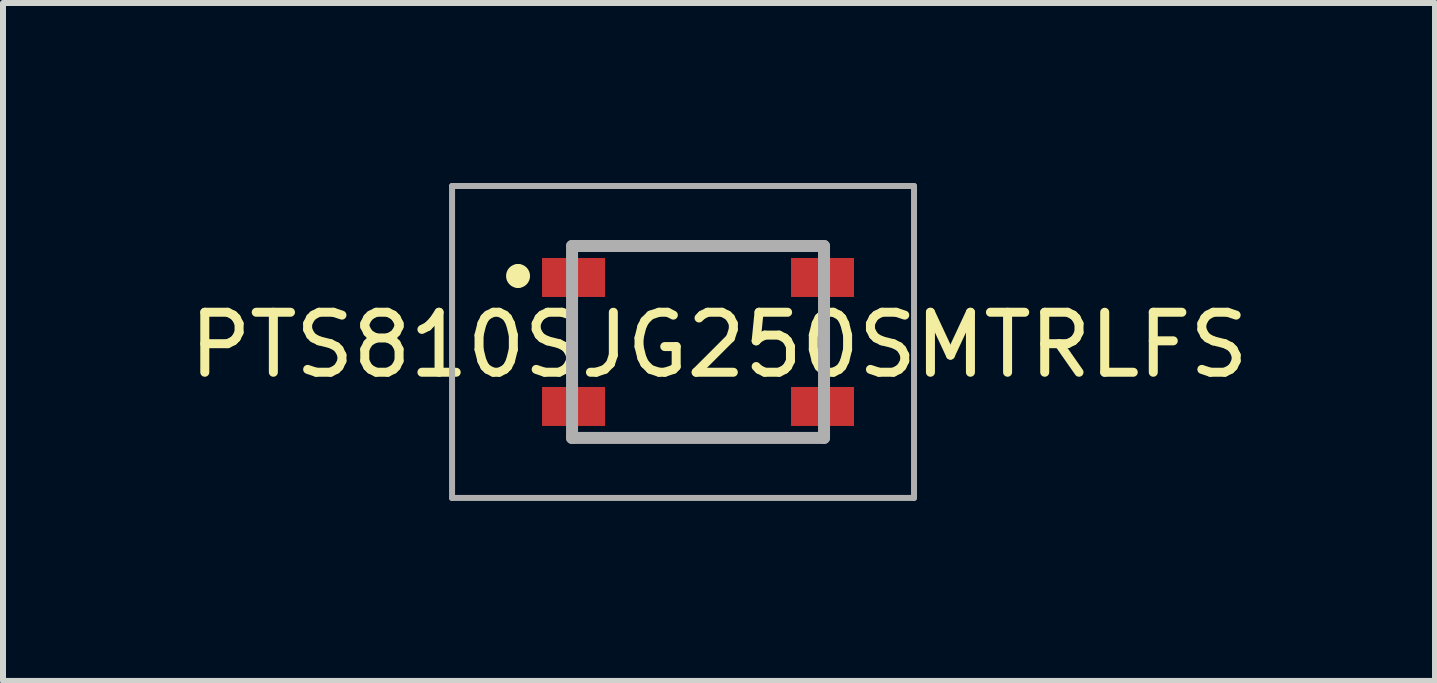
<source format=kicad_pcb>
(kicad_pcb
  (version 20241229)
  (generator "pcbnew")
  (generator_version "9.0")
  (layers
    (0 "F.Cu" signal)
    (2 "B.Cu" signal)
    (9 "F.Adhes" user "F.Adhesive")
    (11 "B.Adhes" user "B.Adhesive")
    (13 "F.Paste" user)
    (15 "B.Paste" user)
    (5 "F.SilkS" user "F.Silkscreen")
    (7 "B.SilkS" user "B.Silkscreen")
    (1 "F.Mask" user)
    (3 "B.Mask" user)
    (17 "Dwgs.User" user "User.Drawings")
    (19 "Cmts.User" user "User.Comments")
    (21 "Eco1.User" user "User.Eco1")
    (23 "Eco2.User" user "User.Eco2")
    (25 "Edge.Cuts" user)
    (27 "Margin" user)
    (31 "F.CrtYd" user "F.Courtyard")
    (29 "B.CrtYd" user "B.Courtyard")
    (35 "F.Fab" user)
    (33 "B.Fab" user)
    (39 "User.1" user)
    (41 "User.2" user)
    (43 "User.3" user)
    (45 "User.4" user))
  (footprint "PTS810SJG250SMTRLFS"
    (layer "F.Cu")
    (at 8.585 2.65)
    (property "Reference" "PTS810SJG250SMTRLFS" (at 0.35 0.05 0) (layer "F.SilkS") (effects (font (size 1 1) (thickness 0.15))))
    (attr smd)
    (fp_line (start -2.1 -1.6) (end 2.075 -1.6) (stroke (width 0.1) (type solid)) (layer "F.SilkS"))
    (fp_line (start -2.1 1.6) (end 2.075 1.6) (stroke (width 0.1) (type solid)) (layer "F.SilkS"))
    (fp_arc (start -3 -1.2) (mid -2.9 -1.1) (end -3 -1) (stroke (width 0.2) (type solid)) (layer "F.SilkS"))
    (fp_arc (start -3 -1) (mid -3.1 -1.1) (end -3 -1.2) (stroke (width 0.2) (type solid)) (layer "F.SilkS"))
    (fp_line (start -4.1 -2.6) (end 3.6 -2.6) (stroke (width 0.1) (type solid)) (layer "F.Fab"))
    (fp_line (start -4.1 2.6) (end -4.1 -2.6) (stroke (width 0.1) (type solid)) (layer "F.Fab"))
    (fp_line (start -2.1 -1.6) (end 2.1 -1.6) (stroke (width 0.2) (type solid)) (layer "F.Fab"))
    (fp_line (start -2.1 1.6) (end -2.1 -1.6) (stroke (width 0.2) (type solid)) (layer "F.Fab"))
    (fp_line (start 2.1 -1.6) (end 2.1 1.6) (stroke (width 0.2) (type solid)) (layer "F.Fab"))
    (fp_line (start 2.1 1.6) (end -2.1 1.6) (stroke (width 0.2) (type solid)) (layer "F.Fab"))
    (fp_line (start 3.6 -2.6) (end 3.6 2.6) (stroke (width 0.1) (type solid)) (layer "F.Fab"))
    (fp_line (start 3.6 2.6) (end -4.1 2.6) (stroke (width 0.1) (type solid)) (layer "F.Fab"))
    (pad "1" smd rect (at -2.075 -1.075) (size 1.05 0.65) (layers "F.Cu" "F.Mask" "F.Paste"))
    (pad "2" smd rect (at 2.075 -1.075) (size 1.05 0.65) (layers "F.Cu" "F.Mask" "F.Paste"))
    (pad "3" smd rect (at -2.075 1.075) (size 1.05 0.65) (layers "F.Cu" "F.Mask" "F.Paste"))
    (pad "4" smd rect (at 2.075 1.075) (size 1.05 0.65) (layers "F.Cu" "F.Mask" "F.Paste")))
  (gr_rect
    (start -3 -3)
    (end 20.869 8.3)
    (stroke (width 0.1) (type default))
    (fill no)
    (layer "Edge.Cuts")))
</source>
